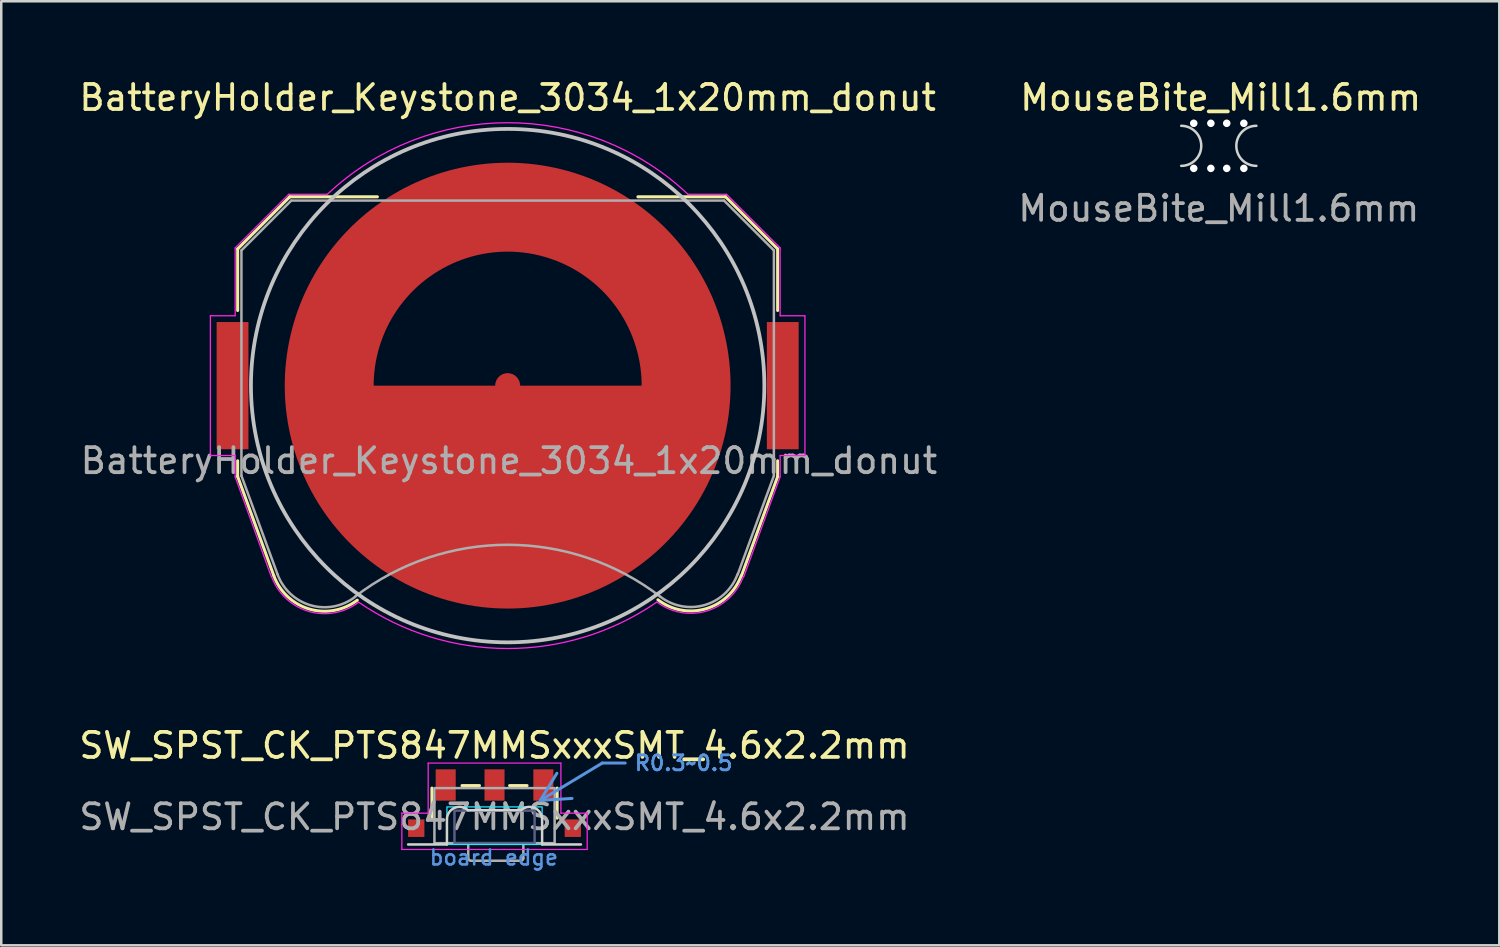
<source format=kicad_pcb>
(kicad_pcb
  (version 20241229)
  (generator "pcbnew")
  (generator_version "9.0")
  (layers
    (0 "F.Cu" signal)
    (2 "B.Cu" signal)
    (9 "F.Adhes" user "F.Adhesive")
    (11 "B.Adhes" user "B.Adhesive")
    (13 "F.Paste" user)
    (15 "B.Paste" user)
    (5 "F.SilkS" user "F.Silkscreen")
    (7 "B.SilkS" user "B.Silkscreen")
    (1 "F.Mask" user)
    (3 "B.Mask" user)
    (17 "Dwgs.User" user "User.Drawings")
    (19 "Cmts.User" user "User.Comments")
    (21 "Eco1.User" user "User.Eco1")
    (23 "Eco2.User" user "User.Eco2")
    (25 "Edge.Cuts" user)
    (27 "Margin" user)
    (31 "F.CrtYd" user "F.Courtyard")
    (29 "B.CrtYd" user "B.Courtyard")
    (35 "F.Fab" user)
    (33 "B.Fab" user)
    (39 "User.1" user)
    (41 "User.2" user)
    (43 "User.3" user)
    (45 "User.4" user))
  (footprint "MouseBite_Mill1.6mm"
    (layer "F.Cu")
    (at 45.615 2.773)
    (property "Reference" "MouseBite_Mill1.6mm" (at 0.075 -1.925 0) (unlocked yes) (layer "F.SilkS") (effects (font (size 1 1) (thickness 0.15))))
    (attr board_only exclude_from_pos_files exclude_from_bom allow_missing_courtyard)
    (fp_arc (start -1.5 -0.8) (mid -0.7 0) (end -1.5 0.8) (stroke (width 0.1) (type default)) (layer "Edge.Cuts"))
    (fp_arc (start 1.5 0.8) (mid 0.7 0) (end 1.5 -0.8) (stroke (width 0.1) (type default)) (layer "Edge.Cuts"))
    (fp_text user "${REFERENCE}" (at 0 2.5 0) (unlocked yes) (layer "F.Fab") (effects (font (size 1 1) (thickness 0.15))))
    (pad "" np_thru_hole circle (at -1 -0.9) (size 0.3 0.3) (drill 0.4) (layers "*.Cu" "*.Mask"))
    (pad "" np_thru_hole circle (at -1 0.9 180) (size 0.3 0.3) (drill 0.4) (layers "*.Cu" "*.Mask"))
    (pad "" np_thru_hole circle (at -0.317 -0.9) (size 0.3 0.3) (drill 0.3) (layers "*.Cu" "*.Mask"))
    (pad "" np_thru_hole circle (at -0.317 0.9) (size 0.3 0.3) (drill 0.3) (layers "*.Cu" "*.Mask"))
    (pad "" np_thru_hole circle (at 0.317 -0.9) (size 0.3 0.3) (drill 0.3) (layers "*.Cu" "*.Mask"))
    (pad "" np_thru_hole circle (at 0.317 0.9) (size 0.3 0.3) (drill 0.3) (layers "*.Cu" "*.Mask"))
    (pad "" np_thru_hole circle (at 1 -0.9) (size 0.3 0.3) (drill 0.4) (layers "*.Cu" "*.Mask"))
    (pad "" np_thru_hole circle (at 1 0.9 180) (size 0.3 0.3) (drill 0.4) (layers "*.Cu" "*.Mask")))
  (footprint "SW_SPST_CK_PTS847MMSxxxSMT_4.6x2.2mm"
    (layer "F.Cu")
    (at 16.696 29.318)
    (property "Reference" "SW_SPST_CK_PTS847MMSxxxSMT_4.6x2.2mm" (at 0 -2.6 0) (unlocked yes) (layer "F.SilkS") (effects (font (size 1 1) (thickness 0.15))))
    (attr smd)
    (fp_line (start -2.5 0.3) (end -2.5 -0.9) (stroke (width 0.12) (type default)) (layer "F.SilkS"))
    (fp_line (start -1.3 -1) (end -0.6 -1) (stroke (width 0.12) (type default)) (layer "F.SilkS"))
    (fp_line (start 0.6 -1) (end 1.3 -1) (stroke (width 0.12) (type default)) (layer "F.SilkS"))
    (fp_line (start 2.5 0.3) (end 2.5 -0.9) (stroke (width 0.12) (type default)) (layer "F.SilkS"))
    (fp_line (start -3.45 1.35) (end -1.9 1.35) (stroke (width 0.1) (type default)) (layer "Edge.Cuts"))
    (fp_line (start -1.9 1.35) (end -1.9 0.35) (stroke (width 0.1) (type default)) (layer "Edge.Cuts"))
    (fp_line (start 1.06 -0.016) (end -1.06 -0.016) (stroke (width 0.1) (type default)) (layer "Edge.Cuts"))
    (fp_line (start 1.9 0.35) (end 1.9 1.35) (stroke (width 0.1) (type default)) (layer "Edge.Cuts"))
    (fp_line (start 3.45 1.35) (end 1.9 1.35) (stroke (width 0.1) (type default)) (layer "Edge.Cuts"))
    (fp_arc (start -1.9 0.35) (mid -1.599859 -0.108319) (end -1.059774 -0.016397) (stroke (width 0.1) (type default)) (layer "Edge.Cuts"))
    (fp_arc (start 1.059774 -0.016397) (mid 1.599859 -0.10832) (end 1.9 0.35) (stroke (width 0.1) (type default)) (layer "Edge.Cuts"))
    (fp_rect (start -1.9 1.35) (end 1.9 -0.15) (stroke (width 0.05) (type default)) (fill no) (layer "B.CrtYd"))
    (fp_line (start -3.7 0.1) (end -2.65 0.1) (stroke (width 0.05) (type default)) (layer "F.CrtYd"))
    (fp_line (start -3.7 1.55) (end -3.7 0.1) (stroke (width 0.05) (type default)) (layer "F.CrtYd"))
    (fp_line (start -2.65 -1.9) (end 2.65 -1.9) (stroke (width 0.05) (type default)) (layer "F.CrtYd"))
    (fp_line (start -2.65 0.1) (end -2.65 -1.9) (stroke (width 0.05) (type default)) (layer "F.CrtYd"))
    (fp_line (start 2.65 0.1) (end 2.65 -1.9) (stroke (width 0.05) (type default)) (layer "F.CrtYd"))
    (fp_line (start 3.7 0.1) (end 2.65 0.1) (stroke (width 0.05) (type default)) (layer "F.CrtYd"))
    (fp_line (start 3.7 1.55) (end -3.7 1.55) (stroke (width 0.05) (type default)) (layer "F.CrtYd"))
    (fp_line (start 3.7 1.55) (end 3.7 0.1) (stroke (width 0.05) (type default)) (layer "F.CrtYd"))
    (fp_rect (start -1.6 0) (end 1.6 1.3) (stroke (width 0.1) (type default)) (fill no) (layer "B.Fab"))
    (fp_line (start -1.05 1.9) (end -1.05 1.3) (stroke (width 0.1) (type default)) (layer "F.Fab"))
    (fp_line (start 1.05 2) (end -0.95 2) (stroke (width 0.1) (type default)) (layer "F.Fab"))
    (fp_line (start 1.15 1.3) (end 1.15 1.9) (stroke (width 0.1) (type default)) (layer "F.Fab"))
    (fp_rect (start -2.4 -0.9) (end 2.4 1.3) (stroke (width 0.1) (type default)) (fill no) (layer "F.Fab"))
    (fp_arc (start -0.95 2) (mid -1.020711 1.970711) (end -1.05 1.9) (stroke (width 0.1) (type default)) (layer "F.Fab"))
    (fp_arc (start 1.15 1.9) (mid 1.120711 1.970711) (end 1.05 2) (stroke (width 0.1) (type default)) (layer "F.Fab"))
    (fp_text user "board edge" (at -2.65 2.225 0) (unlocked yes) (layer "Cmts.User") (effects (font (size 0.6 0.6) (thickness 0.1)) (justify left bottom)))
    (fp_text user "${REFERENCE}" (at 0 0.25 0) (unlocked yes) (layer "F.Fab") (effects (font (size 1 1) (thickness 0.15))))
    (dimension (type leader) (layer "Cmts.User") (pts (xy 18.096 29.168) (xy 20.996 27.418)) (format (prefix "") (suffix "") (units 0) (units_format 0) (precision 4) (override_value "R0.3~0.5")) (style (thickness 0.12) (arrow_length 1.27) (text_position_mode 0) (text_frame 0) (extension_offset 0.5)) (gr_text "R0.3~0.5" (at 24.246 27.418 0) (layer "Cmts.User") (effects (font (size 0.6 0.6) (thickness 0.1)))))
    (pad "" smd rect (at -3.125 0.7) (size 0.65 0.7) (layers "F.Cu" "F.Mask" "F.Paste"))
    (pad "" smd rect (at 3.125 0.7) (size 0.65 0.7) (layers "F.Cu" "F.Mask" "F.Paste"))
    (pad "1" smd rect (at -1.95 -1.025) (size 0.8 1.25) (layers "F.Cu" "F.Mask" "F.Paste"))
    (pad "1" smd rect (at 1.95 -1.025) (size 0.8 1.25) (layers "F.Cu" "F.Mask" "F.Paste"))
    (pad "2" smd rect (at 0 -1.025) (size 0.8 1.25) (layers "F.Cu" "F.Mask" "F.Paste")))
  (footprint "BatteryHolder_Keystone_3034_1x20mm_donut"
    (layer "F.Cu")
    (at 17.22 12.348)
    (property "Reference" "BatteryHolder_Keystone_3034_1x20mm_donut" (at 0 -11.5 0) (layer "F.SilkS") (effects (font (size 1 1) (thickness 0.15))))
    (attr smd)
    (fp_circle (center 0 0) (end 8.902 0) (stroke (width 0) (type solid)) (fill yes) (layer "F.Mask"))
    (fp_line (start -10.78 -5.46) (end -10.78 -3) (stroke (width 0.12) (type solid)) (layer "F.SilkS"))
    (fp_line (start -10.78 3) (end -10.78 3.63) (stroke (width 0.12) (type solid)) (layer "F.SilkS"))
    (fp_line (start -10.78 3.63) (end -9.34 7.58) (stroke (width 0.12) (type solid)) (layer "F.SilkS"))
    (fp_line (start -8.7 -7.54) (end -10.78 -5.46) (stroke (width 0.12) (type solid)) (layer "F.SilkS"))
    (fp_line (start -5.2 -7.54) (end -8.7 -7.54) (stroke (width 0.12) (type solid)) (layer "F.SilkS"))
    (fp_line (start 8.7 -7.54) (end 5.2 -7.54) (stroke (width 0.12) (type solid)) (layer "F.SilkS"))
    (fp_line (start 8.7 -7.54) (end 10.78 -5.46) (stroke (width 0.12) (type solid)) (layer "F.SilkS"))
    (fp_line (start 10.78 -5.46) (end 10.78 -3) (stroke (width 0.12) (type solid)) (layer "F.SilkS"))
    (fp_line (start 10.78 3) (end 10.78 3.63) (stroke (width 0.12) (type solid)) (layer "F.SilkS"))
    (fp_line (start 10.78 3.63) (end 9.34 7.58) (stroke (width 0.12) (type solid)) (layer "F.SilkS"))
    (fp_arc (start -6.003354 8.56653) (mid -7.921654 8.918738) (end -9.34 7.58) (stroke (width 0.12) (type solid)) (layer "F.SilkS"))
    (fp_arc (start 9.325243 7.588169) (mid 7.90634 8.911668) (end 6 8.55) (stroke (width 0.12) (type solid)) (layer "F.SilkS"))
    (fp_circle (center 0 0) (end 0 10.25) (stroke (width 0.15) (type solid)) (fill no) (layer "Dwgs.User"))
    (fp_line (start -11.87 -2.79) (end -11.87 2.79) (stroke (width 0.05) (type solid)) (layer "F.CrtYd"))
    (fp_line (start -11.87 2.79) (end -10.88 2.79) (stroke (width 0.05) (type solid)) (layer "F.CrtYd"))
    (fp_line (start -10.88 -5.5) (end -10.88 -2.79) (stroke (width 0.05) (type solid)) (layer "F.CrtYd"))
    (fp_line (start -10.88 -2.79) (end -11.87 -2.79) (stroke (width 0.05) (type solid)) (layer "F.CrtYd"))
    (fp_line (start -10.88 2.79) (end -10.88 3.64) (stroke (width 0.05) (type solid)) (layer "F.CrtYd"))
    (fp_line (start -10.88 3.64) (end -9.44 7.62) (stroke (width 0.05) (type solid)) (layer "F.CrtYd"))
    (fp_line (start -8.74 -7.64) (end -10.88 -5.5) (stroke (width 0.05) (type solid)) (layer "F.CrtYd"))
    (fp_line (start -7.2 -7.64) (end -8.74 -7.64) (stroke (width 0.05) (type solid)) (layer "F.CrtYd"))
    (fp_line (start 8.74 -7.64) (end 7.2 -7.64) (stroke (width 0.05) (type solid)) (layer "F.CrtYd"))
    (fp_line (start 9.43 7.63) (end 10.88 3.64) (stroke (width 0.05) (type solid)) (layer "F.CrtYd"))
    (fp_line (start 10.88 -5.5) (end 8.74 -7.64) (stroke (width 0.05) (type solid)) (layer "F.CrtYd"))
    (fp_line (start 10.88 -2.79) (end 10.88 -5.5) (stroke (width 0.05) (type solid)) (layer "F.CrtYd"))
    (fp_line (start 10.88 2.79) (end 11.87 2.79) (stroke (width 0.05) (type solid)) (layer "F.CrtYd"))
    (fp_line (start 10.88 3.64) (end 10.88 2.79) (stroke (width 0.05) (type solid)) (layer "F.CrtYd"))
    (fp_line (start 11.87 -2.79) (end 10.88 -2.79) (stroke (width 0.05) (type solid)) (layer "F.CrtYd"))
    (fp_line (start 11.87 2.79) (end 11.87 -2.79) (stroke (width 0.05) (type solid)) (layer "F.CrtYd"))
    (fp_arc (start -7.199546 -7.640427) (mid 0.000312 -10.498075) (end 7.2 -7.64) (stroke (width 0.05) (type solid)) (layer "F.CrtYd"))
    (fp_arc (start -5.956965 8.654604) (mid -7.953941 9.011629) (end -9.43 7.62) (stroke (width 0.05) (type solid)) (layer "F.CrtYd"))
    (fp_arc (start 5.945368 8.650075) (mid -0.008883 10.496243) (end -5.96 8.64) (stroke (width 0.05) (type solid)) (layer "F.CrtYd"))
    (fp_arc (start 9.415144 7.621341) (mid 7.944017 9.000493) (end 5.96 8.64) (stroke (width 0.05) (type solid)) (layer "F.CrtYd"))
    (fp_line (start -10.63 -5.4) (end -8.64 -7.39) (stroke (width 0.1) (type solid)) (layer "F.Fab"))
    (fp_line (start -10.63 3.6) (end -10.63 -5.4) (stroke (width 0.1) (type solid)) (layer "F.Fab"))
    (fp_line (start -9.19 7.53) (end -10.63 3.6) (stroke (width 0.1) (type solid)) (layer "F.Fab"))
    (fp_line (start -8.64 -7.39) (end 8.64 -7.39) (stroke (width 0.1) (type solid)) (layer "F.Fab"))
    (fp_line (start 8.64 -7.39) (end 10.63 -5.4) (stroke (width 0.1) (type solid)) (layer "F.Fab"))
    (fp_line (start 10.63 -5.4) (end 10.63 3.6) (stroke (width 0.1) (type solid)) (layer "F.Fab"))
    (fp_line (start 10.63 3.6) (end 9.19 7.53) (stroke (width 0.1) (type solid)) (layer "F.Fab"))
    (fp_arc (start -6.096146 8.438508) (mid -7.87328 8.768206) (end -9.19 7.53) (stroke (width 0.1) (type solid)) (layer "F.Fab"))
    (fp_arc (start -6.094852 8.426043) (mid 0.003247 6.355257) (end 6.1 8.43) (stroke (width 0.1) (type solid)) (layer "F.Fab"))
    (fp_arc (start 9.180727 7.528882) (mid 7.868698 8.760067) (end 6.1 8.43) (stroke (width 0.1) (type solid)) (layer "F.Fab"))
    (fp_text user "${REFERENCE}" (at 0.05 3 0) (layer "F.Fab") (effects (font (size 1 1) (thickness 0.15))))
    (pad "1" smd rect (at -10.985 0) (size 1.27 5.08) (layers "F.Cu" "F.Mask" "F.Paste"))
    (pad "1" smd rect (at 10.985 0) (size 1.27 5.08) (layers "F.Cu" "F.Mask" "F.Paste"))
    (pad "2" smd custom (at 0 0) (size 1 1) (layers "F.Cu" "F.Mask") (options (anchor circle)) (primitives (gr_poly (pts (arc (start -8.9 0) (mid 0 8.9) (end 8.9 0))) (width 0) (fill yes)) (gr_line (start -8.425 0) (end -6.275 0) (width 0.2)) (gr_line (start 5.775 0) (end 8.075 0) (width 0.2)) (gr_poly (pts (arc (start -8.9 0) (mid 0 -8.9) (end 8.9 0)) (arc (start 5.35 0) (mid 0 -5.35) (end -5.35 0))) (width 0) (fill yes)))))
  (gr_rect
    (start -3 -3)
    (end 56.815 34.696)
    (stroke (width 0.1) (type default))
    (fill no)
    (layer "Edge.Cuts")))
</source>
